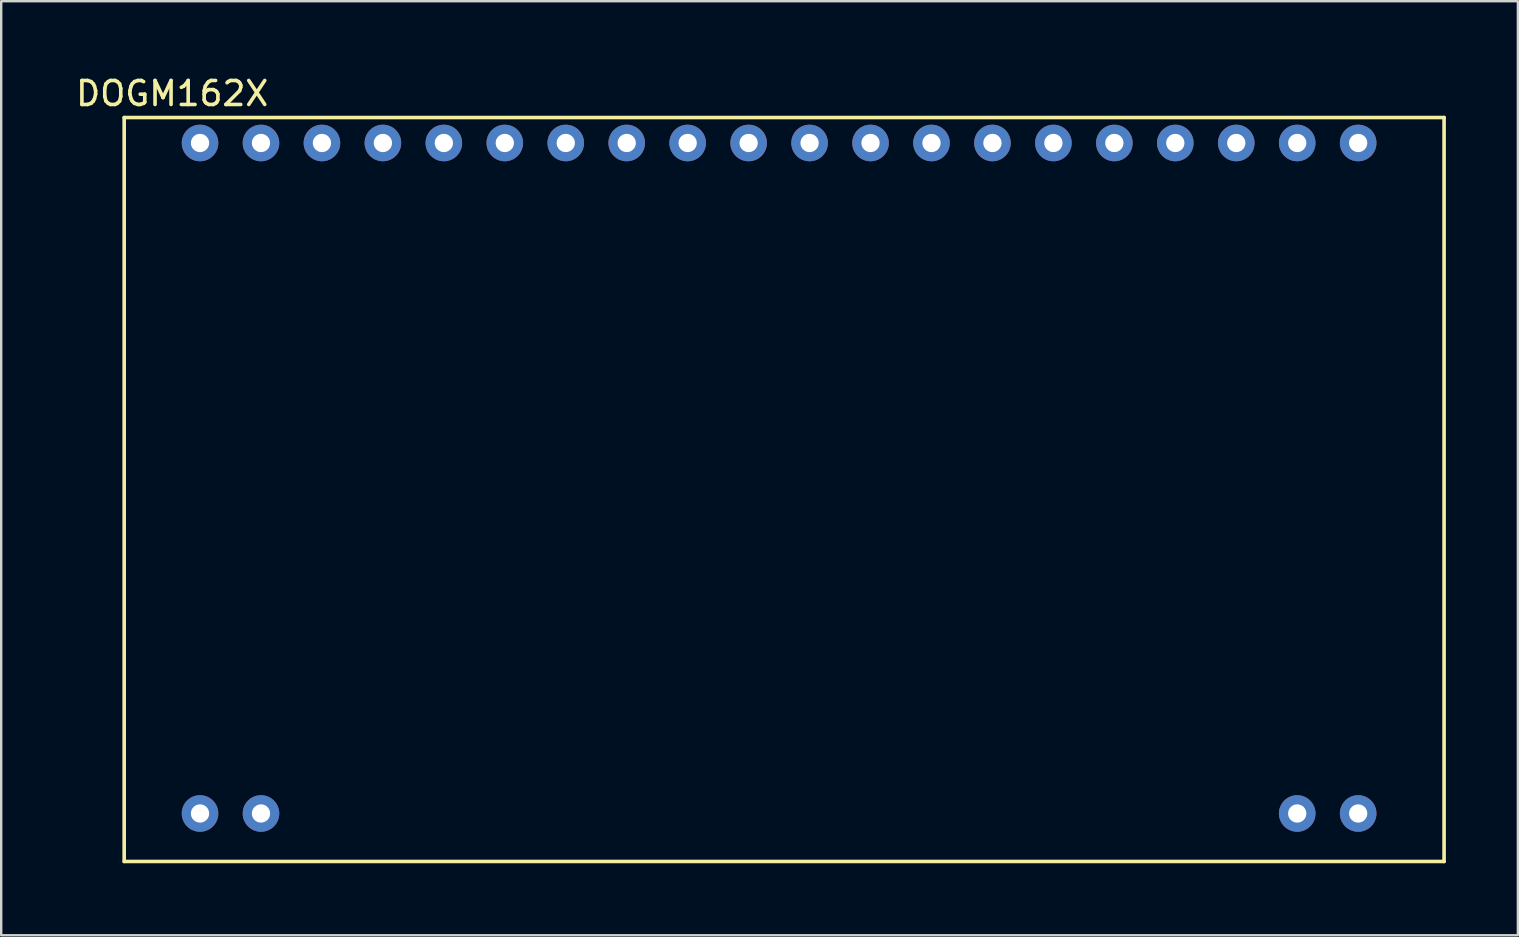
<source format=kicad_pcb>
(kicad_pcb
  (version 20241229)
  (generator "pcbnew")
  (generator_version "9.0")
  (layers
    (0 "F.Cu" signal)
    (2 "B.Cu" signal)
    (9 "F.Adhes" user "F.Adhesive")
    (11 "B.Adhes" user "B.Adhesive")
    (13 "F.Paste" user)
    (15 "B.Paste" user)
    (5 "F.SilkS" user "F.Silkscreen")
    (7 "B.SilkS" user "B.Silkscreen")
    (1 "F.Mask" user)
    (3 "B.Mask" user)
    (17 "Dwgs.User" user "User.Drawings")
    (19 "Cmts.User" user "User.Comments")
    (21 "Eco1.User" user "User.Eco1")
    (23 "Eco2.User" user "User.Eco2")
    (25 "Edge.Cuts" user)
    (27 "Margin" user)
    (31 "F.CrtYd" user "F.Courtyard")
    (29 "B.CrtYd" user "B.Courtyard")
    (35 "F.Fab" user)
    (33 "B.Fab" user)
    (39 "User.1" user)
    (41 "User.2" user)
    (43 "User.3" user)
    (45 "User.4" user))
  (footprint "DOGM162X"
    (layer "F.Cu")
    (at 29.625 17.348)
    (property "Reference" "DOGM162X" (at -25.5 -16.5 0) (layer "F.SilkS") (effects (font (size 1 1) (thickness 0.15))))
    (attr through_hole)
    (fp_line (start -27.5 -15.5) (end 27.5 -15.5) (stroke (width 0.15) (type solid)) (layer "F.SilkS"))
    (fp_line (start -27.5 15.5) (end -27.5 -15.5) (stroke (width 0.15) (type solid)) (layer "F.SilkS"))
    (fp_line (start -27.5 15.5) (end 27.5 15.5) (stroke (width 0.15) (type solid)) (layer "F.SilkS"))
    (fp_line (start 27.5 -15.5) (end 27.5 15.5) (stroke (width 0.15) (type solid)) (layer "F.SilkS"))
    (pad "1" thru_hole circle (at -24.34 13.5) (size 1.524 1.524) (drill 0.762) (layers "*.Cu" "*.Mask"))
    (pad "2" thru_hole circle (at -21.8 13.5) (size 1.524 1.524) (drill 0.762) (layers "*.Cu" "*.Mask"))
    (pad "19" thru_hole circle (at 21.38 13.5) (size 1.524 1.524) (drill 0.762) (layers "*.Cu" "*.Mask"))
    (pad "20" thru_hole circle (at 23.92 13.5) (size 1.524 1.524) (drill 0.762) (layers "*.Cu" "*.Mask"))
    (pad "21" thru_hole circle (at 23.92 -14.44) (size 1.524 1.524) (drill 0.762) (layers "*.Cu" "*.Mask"))
    (pad "22" thru_hole circle (at 21.38 -14.44) (size 1.524 1.524) (drill 0.762) (layers "*.Cu" "*.Mask"))
    (pad "23" thru_hole circle (at 18.84 -14.44) (size 1.524 1.524) (drill 0.762) (layers "*.Cu" "*.Mask"))
    (pad "24" thru_hole circle (at 16.3 -14.44) (size 1.524 1.524) (drill 0.762) (layers "*.Cu" "*.Mask"))
    (pad "25" thru_hole circle (at 13.76 -14.44) (size 1.524 1.524) (drill 0.762) (layers "*.Cu" "*.Mask"))
    (pad "26" thru_hole circle (at 11.22 -14.44) (size 1.524 1.524) (drill 0.762) (layers "*.Cu" "*.Mask"))
    (pad "27" thru_hole circle (at 8.68 -14.44) (size 1.524 1.524) (drill 0.762) (layers "*.Cu" "*.Mask"))
    (pad "28" thru_hole circle (at 6.14 -14.44) (size 1.524 1.524) (drill 0.762) (layers "*.Cu" "*.Mask"))
    (pad "29" thru_hole circle (at 3.6 -14.44) (size 1.524 1.524) (drill 0.762) (layers "*.Cu" "*.Mask"))
    (pad "30" thru_hole circle (at 1.06 -14.44) (size 1.524 1.524) (drill 0.762) (layers "*.Cu" "*.Mask"))
    (pad "31" thru_hole circle (at -1.48 -14.44) (size 1.524 1.524) (drill 0.762) (layers "*.Cu" "*.Mask"))
    (pad "32" thru_hole circle (at -4.02 -14.44) (size 1.524 1.524) (drill 0.762) (layers "*.Cu" "*.Mask"))
    (pad "33" thru_hole circle (at -6.56 -14.44) (size 1.524 1.524) (drill 0.762) (layers "*.Cu" "*.Mask"))
    (pad "34" thru_hole circle (at -9.1 -14.44) (size 1.524 1.524) (drill 0.762) (layers "*.Cu" "*.Mask"))
    (pad "35" thru_hole circle (at -11.64 -14.44) (size 1.524 1.524) (drill 0.762) (layers "*.Cu" "*.Mask"))
    (pad "36" thru_hole circle (at -14.18 -14.44) (size 1.524 1.524) (drill 0.762) (layers "*.Cu" "*.Mask"))
    (pad "37" thru_hole circle (at -16.72 -14.44) (size 1.524 1.524) (drill 0.762) (layers "*.Cu" "*.Mask"))
    (pad "38" thru_hole circle (at -19.26 -14.44) (size 1.524 1.524) (drill 0.762) (layers "*.Cu" "*.Mask"))
    (pad "39" thru_hole circle (at -21.8 -14.44) (size 1.524 1.524) (drill 0.762) (layers "*.Cu" "*.Mask"))
    (pad "40" thru_hole circle (at -24.34 -14.44) (size 1.524 1.524) (drill 0.762) (layers "*.Cu" "*.Mask")))
  (gr_rect
    (start -3 -3)
    (end 60.2 35.923)
    (stroke (width 0.1) (type default))
    (fill no)
    (layer "Edge.Cuts")))
</source>
